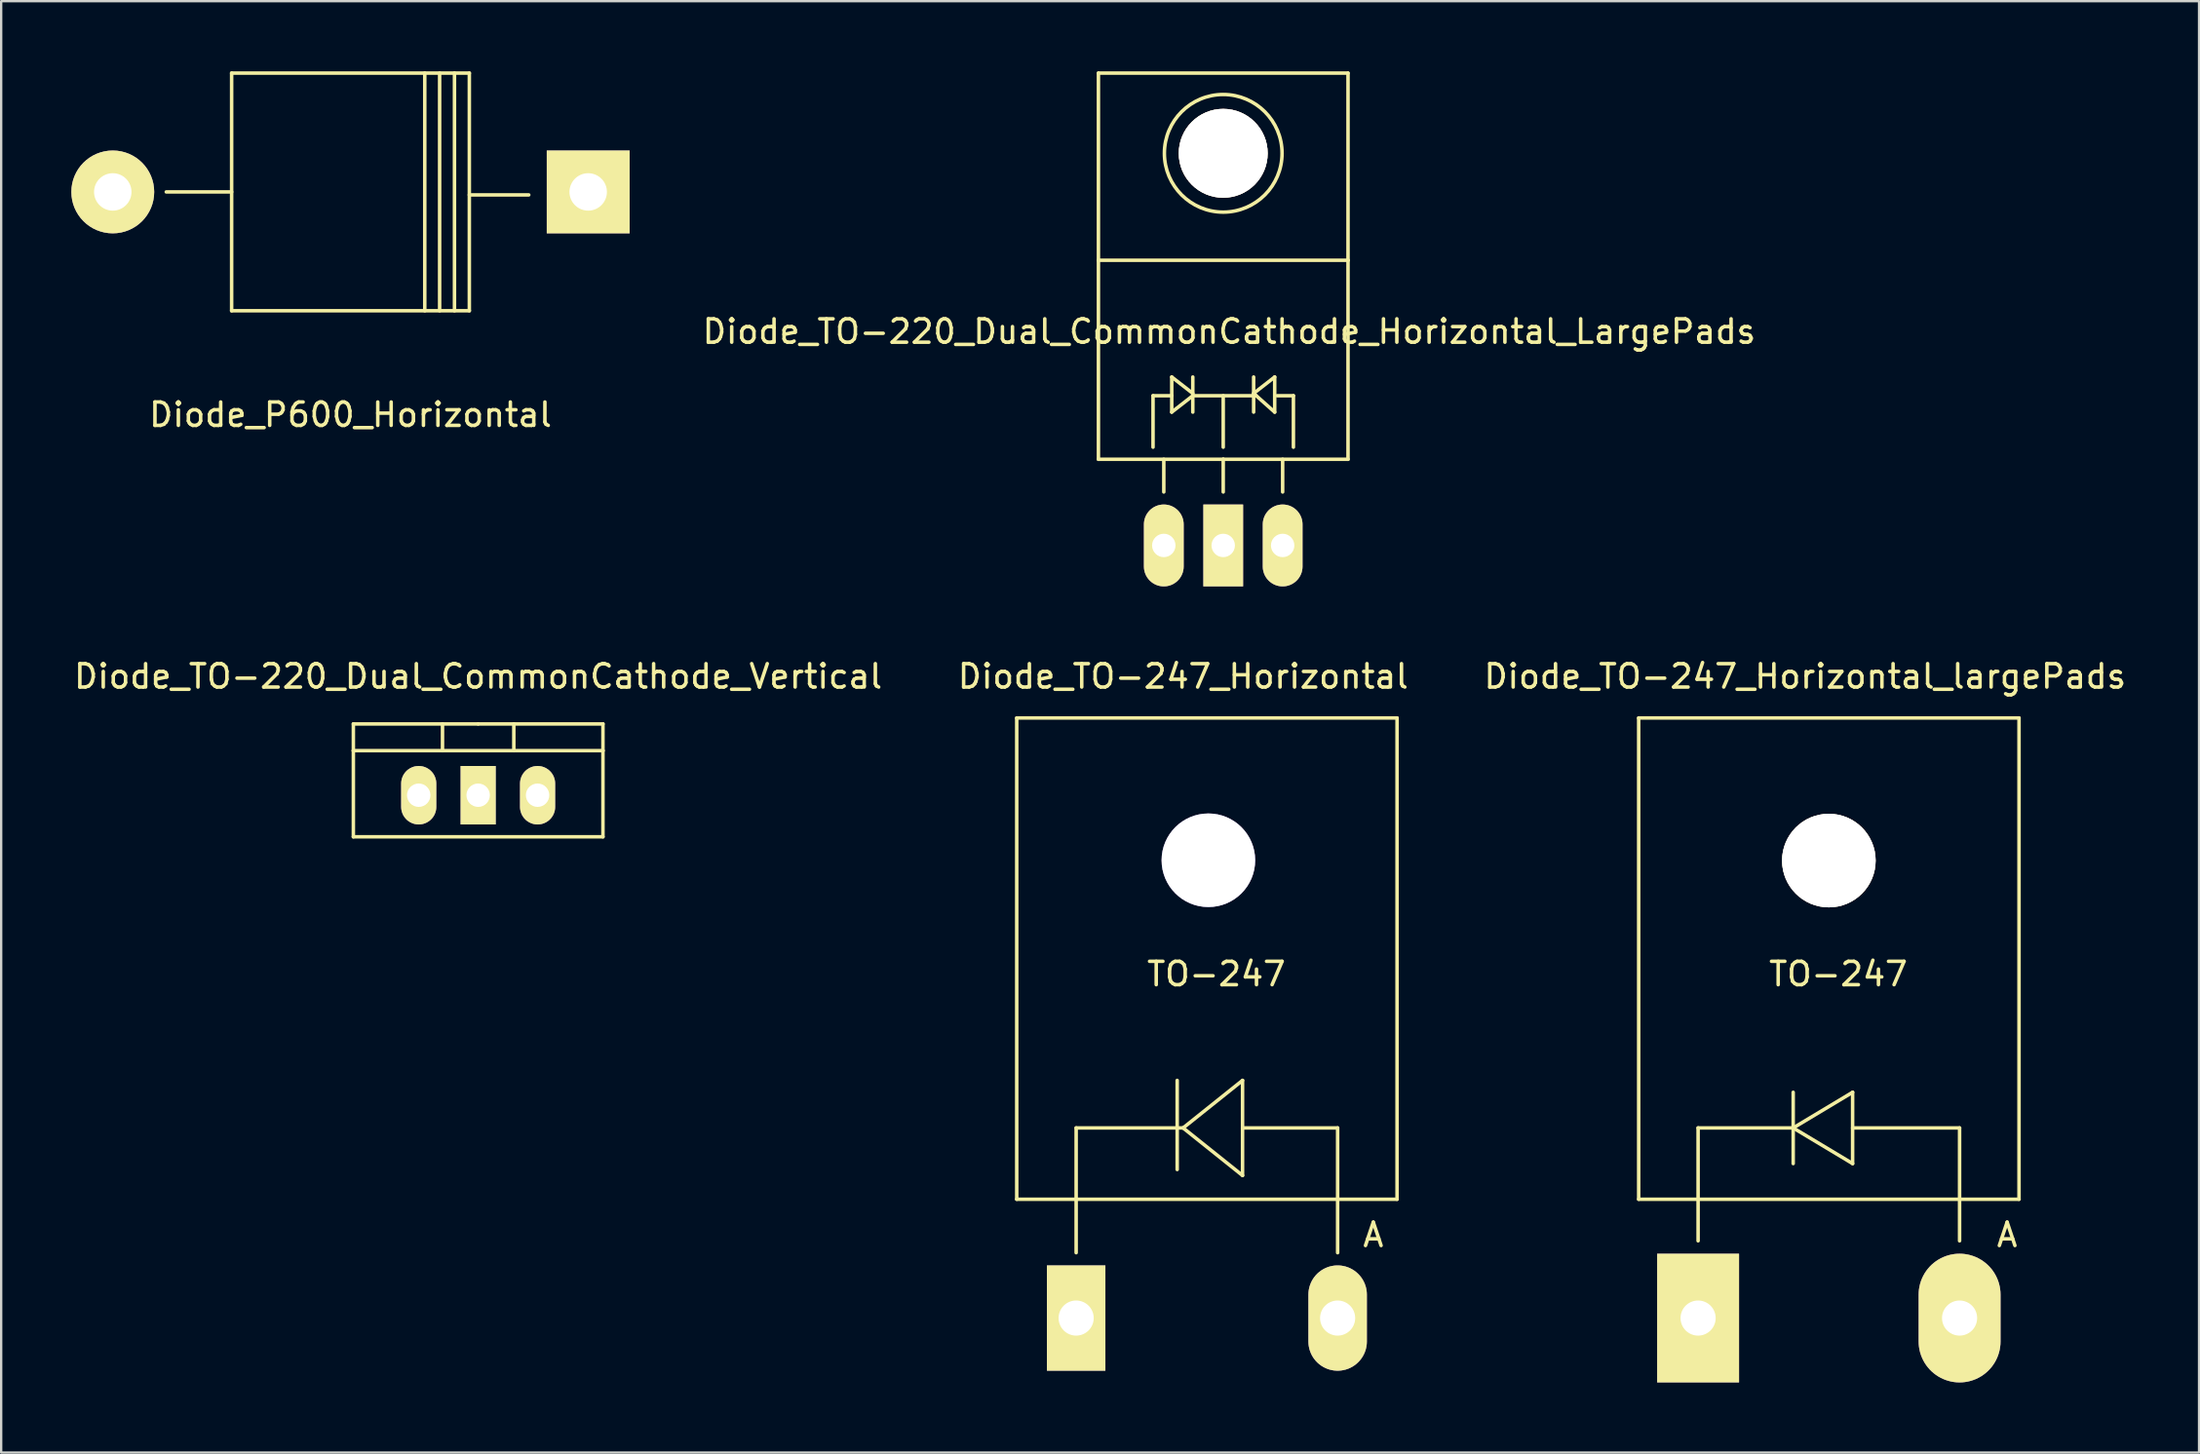
<source format=kicad_pcb>
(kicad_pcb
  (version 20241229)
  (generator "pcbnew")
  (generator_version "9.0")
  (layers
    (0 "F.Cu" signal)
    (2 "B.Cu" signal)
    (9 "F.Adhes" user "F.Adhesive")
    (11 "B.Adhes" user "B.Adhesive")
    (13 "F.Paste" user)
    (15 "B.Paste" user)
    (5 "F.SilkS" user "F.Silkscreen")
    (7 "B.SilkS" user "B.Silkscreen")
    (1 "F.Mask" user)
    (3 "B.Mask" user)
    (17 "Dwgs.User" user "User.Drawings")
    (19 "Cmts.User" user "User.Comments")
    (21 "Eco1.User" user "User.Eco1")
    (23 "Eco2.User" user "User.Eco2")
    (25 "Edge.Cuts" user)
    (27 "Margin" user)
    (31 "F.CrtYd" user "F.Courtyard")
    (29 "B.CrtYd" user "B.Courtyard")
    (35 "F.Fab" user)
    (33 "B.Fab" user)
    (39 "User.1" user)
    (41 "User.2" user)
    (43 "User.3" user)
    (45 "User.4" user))
  (footprint "Diode_TO-220_Dual_CommonCathode_Vertical"
    (layer "F.Cu")
    (at 17.387 30.946)
    (property "Reference" "Diode_TO-220_Dual_CommonCathode_Vertical" (at 0 -5.08 0) (layer "F.SilkS") (effects (font (size 1 1) (thickness 0.15))))
    (attr through_hole)
    (fp_line (start -5.334 -1.905) (end -5.334 -3.048) (stroke (width 0.15) (type solid)) (layer "F.SilkS"))
    (fp_line (start -5.334 1.778) (end -5.334 -1.905) (stroke (width 0.15) (type solid)) (layer "F.SilkS"))
    (fp_line (start -1.524 -3.048) (end -1.524 -1.905) (stroke (width 0.15) (type solid)) (layer "F.SilkS"))
    (fp_line (start 0 -3.048) (end -5.334 -3.048) (stroke (width 0.15) (type solid)) (layer "F.SilkS"))
    (fp_line (start 0 -3.048) (end 5.334 -3.048) (stroke (width 0.15) (type solid)) (layer "F.SilkS"))
    (fp_line (start 1.524 -3.048) (end 1.524 -1.905) (stroke (width 0.15) (type solid)) (layer "F.SilkS"))
    (fp_line (start 5.334 -3.048) (end 5.334 -1.905) (stroke (width 0.15) (type solid)) (layer "F.SilkS"))
    (fp_line (start 5.334 -1.905) (end -5.334 -1.905) (stroke (width 0.15) (type solid)) (layer "F.SilkS"))
    (fp_line (start 5.334 -1.905) (end 5.334 1.778) (stroke (width 0.15) (type solid)) (layer "F.SilkS"))
    (fp_line (start 5.334 1.778) (end -5.334 1.778) (stroke (width 0.15) (type solid)) (layer "F.SilkS"))
    (pad "1" thru_hole oval (at -2.54 0 90) (size 2.499 1.501) (drill 1.001) (layers "*.Cu" "*.Mask" "F.SilkS"))
    (pad "2" thru_hole rect (at 0 0 90) (size 2.499 1.501) (drill 1.001) (layers "*.Cu" "*.Mask" "F.SilkS"))
    (pad "3" thru_hole oval (at 2.54 0 90) (size 2.499 1.501) (drill 1.001) (layers "*.Cu" "*.Mask" "F.SilkS")))
  (footprint "Diode_TO-247_Horizontal_largePads"
    (layer "F.Cu")
    (at 75.117 53.298)
    (property "Reference" "Diode_TO-247_Horizontal_largePads" (at -1.016 -27.432 0) (layer "F.SilkS") (effects (font (size 1 1) (thickness 0.15))))
    (attr through_hole)
    (fp_line (start -8.128 -25.654) (end 8.128 -25.654) (stroke (width 0.15) (type solid)) (layer "F.SilkS"))
    (fp_line (start -8.128 -5.08) (end -8.128 -25.654) (stroke (width 0.15) (type solid)) (layer "F.SilkS"))
    (fp_line (start -5.588 -8.128) (end -5.588 -5.08) (stroke (width 0.15) (type solid)) (layer "F.SilkS"))
    (fp_line (start -5.588 -3.302) (end -5.588 -5.08) (stroke (width 0.15) (type solid)) (layer "F.SilkS"))
    (fp_line (start -1.524 -9.652) (end -1.524 -6.604) (stroke (width 0.15) (type solid)) (layer "F.SilkS"))
    (fp_line (start -1.524 -8.128) (end -5.588 -8.128) (stroke (width 0.15) (type solid)) (layer "F.SilkS"))
    (fp_line (start -1.524 -8.128) (end 1.016 -9.652) (stroke (width 0.15) (type solid)) (layer "F.SilkS"))
    (fp_line (start 1.016 -9.652) (end 1.016 -6.604) (stroke (width 0.15) (type solid)) (layer "F.SilkS"))
    (fp_line (start 1.016 -8.128) (end 5.588 -8.128) (stroke (width 0.15) (type solid)) (layer "F.SilkS"))
    (fp_line (start 1.016 -6.604) (end -1.524 -8.128) (stroke (width 0.15) (type solid)) (layer "F.SilkS"))
    (fp_line (start 5.588 -8.128) (end 5.588 -5.08) (stroke (width 0.15) (type solid)) (layer "F.SilkS"))
    (fp_line (start 5.588 -3.302) (end 5.588 -5.08) (stroke (width 0.15) (type solid)) (layer "F.SilkS"))
    (fp_line (start 8.128 -25.654) (end 8.128 -5.08) (stroke (width 0.15) (type solid)) (layer "F.SilkS"))
    (fp_line (start 8.128 -5.08) (end -8.128 -5.08) (stroke (width 0.15) (type solid)) (layer "F.SilkS"))
    (fp_circle (center 0 -19.558) (end 1.778 -19.558) (stroke (width 0.15) (type solid)) (fill no) (layer "F.SilkS"))
    (fp_text user "A" (at 7.62 -3.556 0) (layer "F.SilkS") (effects (font (size 1 1) (thickness 0.15))))
    (fp_text user "TO-247" (at 0.406 -14.707 0) (layer "F.SilkS") (effects (font (size 1 1) (thickness 0.15))))
    (pad "1" thru_hole oval (at 5.588 0 90) (size 5.502 3.5) (drill 1.501) (layers "*.Cu" "*.Mask" "F.SilkS"))
    (pad "2" thru_hole rect (at -5.588 0 90) (size 5.502 3.5) (drill 1.501) (layers "*.Cu" "*.Mask" "F.SilkS"))
    (pad "9" thru_hole circle (at 0 -19.558) (size 4 4) (drill 4) (layers "B.Cu" "F.SilkS")))
  (footprint "Diode_P600_Horizontal"
    (layer "F.Cu")
    (at 11.93 5.155)
    (property "Reference" "Diode_P600_Horizontal" (at 0 9.525 0) (layer "F.SilkS") (effects (font (size 1 1) (thickness 0.15))))
    (attr through_hole)
    (fp_line (start -5.08 -5.08) (end -5.08 5.08) (stroke (width 0.15) (type solid)) (layer "F.SilkS"))
    (fp_line (start -5.08 -5.08) (end 5.08 -5.08) (stroke (width 0.15) (type solid)) (layer "F.SilkS"))
    (fp_line (start -5.08 0) (end -7.874 0) (stroke (width 0.15) (type solid)) (layer "F.SilkS"))
    (fp_line (start -5.08 5.08) (end 5.08 5.08) (stroke (width 0.15) (type solid)) (layer "F.SilkS"))
    (fp_line (start 3.175 -5.08) (end 3.175 5.08) (stroke (width 0.15) (type solid)) (layer "F.SilkS"))
    (fp_line (start 3.81 -5.08) (end 3.81 5.08) (stroke (width 0.15) (type solid)) (layer "F.SilkS"))
    (fp_line (start 4.445 -5.08) (end 4.445 5.08) (stroke (width 0.15) (type solid)) (layer "F.SilkS"))
    (fp_line (start 5.08 -5.08) (end 5.08 5.08) (stroke (width 0.15) (type solid)) (layer "F.SilkS"))
    (fp_line (start 5.08 0.127) (end 7.62 0.127) (stroke (width 0.15) (type solid)) (layer "F.SilkS"))
    (pad "1" thru_hole circle (at -10.16 0) (size 3.541 3.541) (drill 1.6) (layers "*.Cu" "*.Mask" "F.SilkS"))
    (pad "2" thru_hole rect (at 10.16 0) (size 3.541 3.541) (drill 1.6) (layers "*.Cu" "*.Mask" "F.SilkS")))
  (footprint "Diode_TO-247_Horizontal"
    (layer "F.Cu")
    (at 48.534 53.298)
    (property "Reference" "Diode_TO-247_Horizontal" (at -1.016 -27.432 0) (layer "F.SilkS") (effects (font (size 1 1) (thickness 0.15))))
    (attr through_hole)
    (fp_line (start -8.128 -25.654) (end 8.128 -25.654) (stroke (width 0.15) (type solid)) (layer "F.SilkS"))
    (fp_line (start -8.128 -5.08) (end -8.128 -25.654) (stroke (width 0.15) (type solid)) (layer "F.SilkS"))
    (fp_line (start -5.588 -8.128) (end -1.016 -8.128) (stroke (width 0.15) (type solid)) (layer "F.SilkS"))
    (fp_line (start -5.588 -5.08) (end -5.588 -8.128) (stroke (width 0.15) (type solid)) (layer "F.SilkS"))
    (fp_line (start -5.588 -2.794) (end -5.588 -5.08) (stroke (width 0.15) (type solid)) (layer "F.SilkS"))
    (fp_line (start -1.27 -10.16) (end -1.27 -6.35) (stroke (width 0.15) (type solid)) (layer "F.SilkS"))
    (fp_line (start -1.016 -8.128) (end 1.524 -10.16) (stroke (width 0.15) (type solid)) (layer "F.SilkS"))
    (fp_line (start 1.524 -10.16) (end 1.524 -6.096) (stroke (width 0.15) (type solid)) (layer "F.SilkS"))
    (fp_line (start 1.524 -8.128) (end 5.588 -8.128) (stroke (width 0.15) (type solid)) (layer "F.SilkS"))
    (fp_line (start 1.524 -6.096) (end -1.016 -8.128) (stroke (width 0.15) (type solid)) (layer "F.SilkS"))
    (fp_line (start 5.588 -8.128) (end 5.588 -5.08) (stroke (width 0.15) (type solid)) (layer "F.SilkS"))
    (fp_line (start 5.588 -2.794) (end 5.588 -5.08) (stroke (width 0.15) (type solid)) (layer "F.SilkS"))
    (fp_line (start 8.128 -25.654) (end 8.128 -5.08) (stroke (width 0.15) (type solid)) (layer "F.SilkS"))
    (fp_line (start 8.128 -5.08) (end -8.128 -5.08) (stroke (width 0.15) (type solid)) (layer "F.SilkS"))
    (fp_circle (center 0 -19.558) (end 1.778 -19.558) (stroke (width 0.15) (type solid)) (fill no) (layer "F.SilkS"))
    (fp_text user "A" (at 7.112 -3.556 0) (layer "F.SilkS") (effects (font (size 1 1) (thickness 0.15))))
    (fp_text user "TO-247" (at 0.406 -14.707 0) (layer "F.SilkS") (effects (font (size 1 1) (thickness 0.15))))
    (pad "1" thru_hole oval (at 5.588 0 90) (size 4.501 2.499) (drill 1.501) (layers "*.Cu" "*.Mask" "F.SilkS"))
    (pad "2" thru_hole rect (at -5.588 0 90) (size 4.501 2.499) (drill 1.501) (layers "*.Cu" "*.Mask" "F.SilkS"))
    (pad "9" thru_hole circle (at 0.064 -19.571) (size 4 4) (drill 4) (layers "B.Cu")))
  (footprint "Diode_TO-220_Dual_CommonCathode_Horizontal_LargePads"
    (layer "F.Cu")
    (at 49.232 20.268)
    (property "Reference" "Diode_TO-220_Dual_CommonCathode_Horizontal_LargePads" (at 0.254 -9.144 0) (layer "F.SilkS") (effects (font (size 1 1) (thickness 0.15))))
    (attr through_hole)
    (fp_line (start -5.334 -20.193) (end -5.334 -12.192) (stroke (width 0.15) (type solid)) (layer "F.SilkS"))
    (fp_line (start -5.334 -12.192) (end -5.334 -3.683) (stroke (width 0.15) (type solid)) (layer "F.SilkS"))
    (fp_line (start -3 -6.401) (end -3 -4.201) (stroke (width 0.15) (type solid)) (layer "F.SilkS"))
    (fp_line (start -2.54 -3.683) (end -2.54 -2.286) (stroke (width 0.15) (type solid)) (layer "F.SilkS"))
    (fp_line (start -2.2 -7.201) (end -2.2 -5.7) (stroke (width 0.15) (type solid)) (layer "F.SilkS"))
    (fp_line (start -2.2 -6.401) (end -3 -6.401) (stroke (width 0.15) (type solid)) (layer "F.SilkS"))
    (fp_line (start -2.2 -5.7) (end -1.3 -6.401) (stroke (width 0.15) (type solid)) (layer "F.SilkS"))
    (fp_line (start -1.3 -7.201) (end -1.3 -5.7) (stroke (width 0.15) (type solid)) (layer "F.SilkS"))
    (fp_line (start -1.3 -6.5) (end -2.2 -7.201) (stroke (width 0.15) (type solid)) (layer "F.SilkS"))
    (fp_line (start -1.3 -6.401) (end 1.4 -6.401) (stroke (width 0.15) (type solid)) (layer "F.SilkS"))
    (fp_line (start 0 -6.401) (end 0 -4.201) (stroke (width 0.15) (type solid)) (layer "F.SilkS"))
    (fp_line (start 0 -3.683) (end -5.334 -3.683) (stroke (width 0.15) (type solid)) (layer "F.SilkS"))
    (fp_line (start 0 -3.683) (end 0 -2.286) (stroke (width 0.15) (type solid)) (layer "F.SilkS"))
    (fp_line (start 0 -3.683) (end 5.334 -3.683) (stroke (width 0.15) (type solid)) (layer "F.SilkS"))
    (fp_line (start 1.3 -7.201) (end 1.3 -5.7) (stroke (width 0.15) (type solid)) (layer "F.SilkS"))
    (fp_line (start 1.3 -6.5) (end 2.2 -7.201) (stroke (width 0.15) (type solid)) (layer "F.SilkS"))
    (fp_line (start 2.2 -7.201) (end 2.2 -5.7) (stroke (width 0.15) (type solid)) (layer "F.SilkS"))
    (fp_line (start 2.2 -5.7) (end 1.3 -6.5) (stroke (width 0.15) (type solid)) (layer "F.SilkS"))
    (fp_line (start 2.301 -6.401) (end 3 -6.401) (stroke (width 0.15) (type solid)) (layer "F.SilkS"))
    (fp_line (start 2.54 -3.683) (end 2.54 -2.286) (stroke (width 0.15) (type solid)) (layer "F.SilkS"))
    (fp_line (start 3 -6.401) (end 3 -4.201) (stroke (width 0.15) (type solid)) (layer "F.SilkS"))
    (fp_line (start 5.334 -20.193) (end -5.334 -20.193) (stroke (width 0.15) (type solid)) (layer "F.SilkS"))
    (fp_line (start 5.334 -12.192) (end -5.334 -12.192) (stroke (width 0.15) (type solid)) (layer "F.SilkS"))
    (fp_line (start 5.334 -12.192) (end 5.334 -20.193) (stroke (width 0.15) (type solid)) (layer "F.SilkS"))
    (fp_line (start 5.334 -3.683) (end 5.334 -12.192) (stroke (width 0.15) (type solid)) (layer "F.SilkS"))
    (fp_circle (center 0 -16.764) (end 1.778 -14.986) (stroke (width 0.15) (type solid)) (fill no) (layer "F.SilkS"))
    (pad "1" thru_hole oval (at -2.54 0 90) (size 3.5 1.699) (drill 1.001) (layers "*.Cu" "*.Mask" "F.SilkS"))
    (pad "2" thru_hole rect (at 0 0 90) (size 3.5 1.699) (drill 1.001) (layers "*.Cu" "*.Mask" "F.SilkS"))
    (pad "3" thru_hole oval (at 2.54 0 90) (size 3.5 1.699) (drill 1.001) (layers "*.Cu" "*.Mask" "F.SilkS"))
    (pad "9" thru_hole circle (at 0 -16.764 90) (size 3.8 3.8) (drill 3.8) (layers "*.Cu" "*.Mask" "F.SilkS")))
  (gr_rect
    (start -3 -3)
    (end 90.94 59.049)
    (stroke (width 0.1) (type default))
    (fill no)
    (layer "Edge.Cuts")))
</source>
